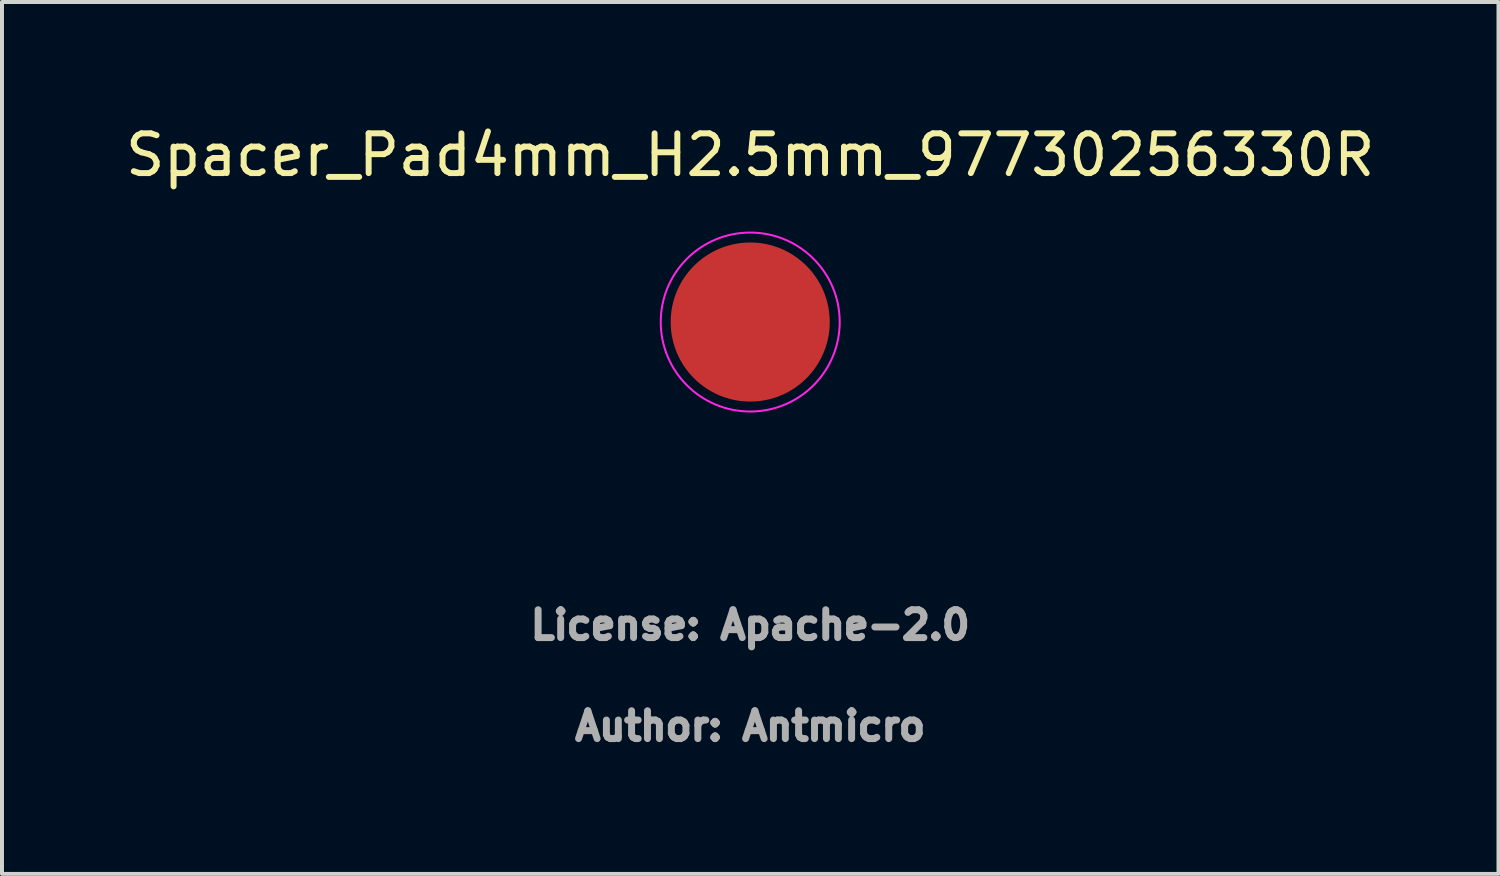
<source format=kicad_pcb>
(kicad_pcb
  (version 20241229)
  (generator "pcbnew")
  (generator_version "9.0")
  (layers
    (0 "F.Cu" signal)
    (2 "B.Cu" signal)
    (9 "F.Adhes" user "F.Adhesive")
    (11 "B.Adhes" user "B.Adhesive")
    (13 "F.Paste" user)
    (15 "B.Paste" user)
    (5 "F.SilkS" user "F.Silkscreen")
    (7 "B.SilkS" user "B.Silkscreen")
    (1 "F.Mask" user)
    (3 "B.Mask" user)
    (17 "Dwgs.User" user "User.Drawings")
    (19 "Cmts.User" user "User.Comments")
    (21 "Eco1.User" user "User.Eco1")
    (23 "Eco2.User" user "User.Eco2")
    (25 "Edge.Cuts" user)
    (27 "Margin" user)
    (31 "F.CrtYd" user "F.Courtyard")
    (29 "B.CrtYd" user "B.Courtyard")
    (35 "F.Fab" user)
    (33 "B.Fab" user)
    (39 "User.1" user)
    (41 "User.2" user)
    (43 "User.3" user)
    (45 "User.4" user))
  (footprint "Spacer_Pad4mm_H2.5mm_97730256330R"
    (layer "F.Cu")
    (at 15.815 5.048)
    (property "Reference" "Spacer_Pad4mm_H2.5mm_97730256330R" (at 0 -4.2 0) (layer "F.SilkS") (effects (font (size 1 1) (thickness 0.15))))
    (attr smd)
    (fp_circle (center 0 0) (end 2.25 0) (stroke (width 0.05) (type default)) (fill no) (layer "F.CrtYd"))
    (fp_line (start -1.649 -0.057) (end -1.649 0.057) (stroke (width 0.01) (type solid)) (layer "User.9"))
    (fp_line (start -1.649 0.057) (end -1.641 0.171) (stroke (width 0.01) (type solid)) (layer "User.9"))
    (fp_line (start -1.641 -0.171) (end -1.649 -0.057) (stroke (width 0.01) (type solid)) (layer "User.9"))
    (fp_line (start -1.641 0.171) (end -1.625 0.283) (stroke (width 0.01) (type solid)) (layer "User.9"))
    (fp_line (start -1.625 -0.283) (end -1.641 -0.171) (stroke (width 0.01) (type solid)) (layer "User.9"))
    (fp_line (start -1.625 0.283) (end -1.602 0.395) (stroke (width 0.01) (type solid)) (layer "User.9"))
    (fp_line (start -1.602 -0.395) (end -1.625 -0.283) (stroke (width 0.01) (type solid)) (layer "User.9"))
    (fp_line (start -1.602 0.395) (end -1.571 0.504) (stroke (width 0.01) (type solid)) (layer "User.9"))
    (fp_line (start -1.571 -0.504) (end -1.602 -0.395) (stroke (width 0.01) (type solid)) (layer "User.9"))
    (fp_line (start -1.571 0.504) (end -1.532 0.612) (stroke (width 0.01) (type solid)) (layer "User.9"))
    (fp_line (start -1.532 -0.612) (end -1.571 -0.504) (stroke (width 0.01) (type solid)) (layer "User.9"))
    (fp_line (start -1.532 0.612) (end -1.487 0.716) (stroke (width 0.01) (type solid)) (layer "User.9"))
    (fp_line (start -1.487 -0.716) (end -1.532 -0.612) (stroke (width 0.01) (type solid)) (layer "User.9"))
    (fp_line (start -1.487 0.716) (end -1.434 0.817) (stroke (width 0.01) (type solid)) (layer "User.9"))
    (fp_line (start -1.434 -0.817) (end -1.487 -0.716) (stroke (width 0.01) (type solid)) (layer "User.9"))
    (fp_line (start -1.434 0.817) (end -1.374 0.914) (stroke (width 0.01) (type solid)) (layer "User.9"))
    (fp_line (start -1.374 -0.914) (end -1.434 -0.817) (stroke (width 0.01) (type solid)) (layer "User.9"))
    (fp_line (start -1.374 0.914) (end -1.308 1.006) (stroke (width 0.01) (type solid)) (layer "User.9"))
    (fp_line (start -1.308 -1.006) (end -1.374 -0.914) (stroke (width 0.01) (type solid)) (layer "User.9"))
    (fp_line (start -1.308 1.006) (end -1.235 1.094) (stroke (width 0.01) (type solid)) (layer "User.9"))
    (fp_line (start -1.235 -1.094) (end -1.308 -1.006) (stroke (width 0.01) (type solid)) (layer "User.9"))
    (fp_line (start -1.235 1.094) (end -1.157 1.177) (stroke (width 0.01) (type solid)) (layer "User.9"))
    (fp_line (start -1.157 -1.177) (end -1.235 -1.094) (stroke (width 0.01) (type solid)) (layer "User.9"))
    (fp_line (start -1.157 1.177) (end -1.073 1.254) (stroke (width 0.01) (type solid)) (layer "User.9"))
    (fp_line (start -1.073 -1.254) (end -1.157 -1.177) (stroke (width 0.01) (type solid)) (layer "User.9"))
    (fp_line (start -1.073 1.254) (end -0.984 1.325) (stroke (width 0.01) (type solid)) (layer "User.9"))
    (fp_line (start -0.984 -1.325) (end -1.073 -1.254) (stroke (width 0.01) (type solid)) (layer "User.9"))
    (fp_line (start -0.984 1.325) (end -0.89 1.389) (stroke (width 0.01) (type solid)) (layer "User.9"))
    (fp_line (start -0.89 -1.389) (end -0.984 -1.325) (stroke (width 0.01) (type solid)) (layer "User.9"))
    (fp_line (start -0.89 1.389) (end -0.792 1.448) (stroke (width 0.01) (type solid)) (layer "User.9"))
    (fp_line (start -0.81 0) (end -0.807 0.079) (stroke (width 0.01) (type solid)) (layer "User.9"))
    (fp_line (start -0.807 -0.079) (end -0.81 0) (stroke (width 0.01) (type solid)) (layer "User.9"))
    (fp_line (start -0.807 0.079) (end -0.795 0.158) (stroke (width 0.01) (type solid)) (layer "User.9"))
    (fp_line (start -0.795 -0.158) (end -0.807 -0.079) (stroke (width 0.01) (type solid)) (layer "User.9"))
    (fp_line (start -0.795 0.158) (end -0.776 0.235) (stroke (width 0.01) (type solid)) (layer "User.9"))
    (fp_line (start -0.792 -1.448) (end -0.89 -1.389) (stroke (width 0.01) (type solid)) (layer "User.9"))
    (fp_line (start -0.792 1.448) (end -0.69 1.499) (stroke (width 0.01) (type solid)) (layer "User.9"))
    (fp_line (start -0.776 -0.235) (end -0.795 -0.158) (stroke (width 0.01) (type solid)) (layer "User.9"))
    (fp_line (start -0.776 0.235) (end -0.749 0.31) (stroke (width 0.01) (type solid)) (layer "User.9"))
    (fp_line (start -0.749 -0.31) (end -0.776 -0.235) (stroke (width 0.01) (type solid)) (layer "User.9"))
    (fp_line (start -0.749 0.31) (end -0.715 0.382) (stroke (width 0.01) (type solid)) (layer "User.9"))
    (fp_line (start -0.715 -0.382) (end -0.749 -0.31) (stroke (width 0.01) (type solid)) (layer "User.9"))
    (fp_line (start -0.715 0.382) (end -0.674 0.45) (stroke (width 0.01) (type solid)) (layer "User.9"))
    (fp_line (start -0.69 -1.499) (end -0.792 -1.448) (stroke (width 0.01) (type solid)) (layer "User.9"))
    (fp_line (start -0.69 1.499) (end -0.585 1.543) (stroke (width 0.01) (type solid)) (layer "User.9"))
    (fp_line (start -0.674 -0.45) (end -0.715 -0.382) (stroke (width 0.01) (type solid)) (layer "User.9"))
    (fp_line (start -0.674 0.45) (end -0.627 0.514) (stroke (width 0.01) (type solid)) (layer "User.9"))
    (fp_line (start -0.627 -0.514) (end -0.674 -0.45) (stroke (width 0.01) (type solid)) (layer "User.9"))
    (fp_line (start -0.627 0.514) (end -0.573 0.573) (stroke (width 0.01) (type solid)) (layer "User.9"))
    (fp_line (start -0.611 0) (end -0.607 -0.068) (stroke (width 0.01) (type solid)) (layer "User.9"))
    (fp_line (start -0.607 -0.068) (end -0.595 -0.136) (stroke (width 0.01) (type solid)) (layer "User.9"))
    (fp_line (start -0.607 0.068) (end -0.611 0) (stroke (width 0.01) (type solid)) (layer "User.9"))
    (fp_line (start -0.595 -0.136) (end -0.576 -0.202) (stroke (width 0.01) (type solid)) (layer "User.9"))
    (fp_line (start -0.595 0.136) (end -0.607 0.068) (stroke (width 0.01) (type solid)) (layer "User.9"))
    (fp_line (start -0.585 -1.543) (end -0.69 -1.499) (stroke (width 0.01) (type solid)) (layer "User.9"))
    (fp_line (start -0.585 1.543) (end -0.477 1.579) (stroke (width 0.01) (type solid)) (layer "User.9"))
    (fp_line (start -0.576 -0.202) (end -0.55 -0.265) (stroke (width 0.01) (type solid)) (layer "User.9"))
    (fp_line (start -0.576 0.202) (end -0.595 0.136) (stroke (width 0.01) (type solid)) (layer "User.9"))
    (fp_line (start -0.573 -0.573) (end -0.627 -0.514) (stroke (width 0.01) (type solid)) (layer "User.9"))
    (fp_line (start -0.573 0.573) (end -0.514 0.627) (stroke (width 0.01) (type solid)) (layer "User.9"))
    (fp_line (start -0.55 -0.265) (end -0.517 -0.325) (stroke (width 0.01) (type solid)) (layer "User.9"))
    (fp_line (start -0.55 0.265) (end -0.576 0.202) (stroke (width 0.01) (type solid)) (layer "User.9"))
    (fp_line (start -0.517 -0.325) (end -0.477 -0.381) (stroke (width 0.01) (type solid)) (layer "User.9"))
    (fp_line (start -0.517 0.325) (end -0.55 0.265) (stroke (width 0.01) (type solid)) (layer "User.9"))
    (fp_line (start -0.514 -0.627) (end -0.573 -0.573) (stroke (width 0.01) (type solid)) (layer "User.9"))
    (fp_line (start -0.514 0.627) (end -0.45 0.674) (stroke (width 0.01) (type solid)) (layer "User.9"))
    (fp_line (start -0.477 -0.381) (end -0.432 -0.432) (stroke (width 0.01) (type solid)) (layer "User.9"))
    (fp_line (start -0.477 0.381) (end -0.517 0.325) (stroke (width 0.01) (type solid)) (layer "User.9"))
    (fp_line (start -0.477 -1.579) (end -0.585 -1.543) (stroke (width 0.01) (type solid)) (layer "User.9"))
    (fp_line (start -0.477 1.579) (end -0.367 1.609) (stroke (width 0.01) (type solid)) (layer "User.9"))
    (fp_line (start -0.45 -0.674) (end -0.514 -0.627) (stroke (width 0.01) (type solid)) (layer "User.9"))
    (fp_line (start -0.45 0.674) (end -0.382 0.715) (stroke (width 0.01) (type solid)) (layer "User.9"))
    (fp_line (start -0.432 -0.432) (end -0.381 -0.477) (stroke (width 0.01) (type solid)) (layer "User.9"))
    (fp_line (start -0.432 0.432) (end -0.477 0.381) (stroke (width 0.01) (type solid)) (layer "User.9"))
    (fp_line (start -0.382 -0.715) (end -0.45 -0.674) (stroke (width 0.01) (type solid)) (layer "User.9"))
    (fp_line (start -0.382 0.715) (end -0.31 0.749) (stroke (width 0.01) (type solid)) (layer "User.9"))
    (fp_line (start -0.381 -0.477) (end -0.325 -0.517) (stroke (width 0.01) (type solid)) (layer "User.9"))
    (fp_line (start -0.381 0.477) (end -0.432 0.432) (stroke (width 0.01) (type solid)) (layer "User.9"))
    (fp_line (start -0.367 -1.609) (end -0.477 -1.579) (stroke (width 0.01) (type solid)) (layer "User.9"))
    (fp_line (start -0.367 1.609) (end -0.255 1.63) (stroke (width 0.01) (type solid)) (layer "User.9"))
    (fp_line (start -0.325 -0.517) (end -0.265 -0.55) (stroke (width 0.01) (type solid)) (layer "User.9"))
    (fp_line (start -0.325 0.517) (end -0.381 0.477) (stroke (width 0.01) (type solid)) (layer "User.9"))
    (fp_line (start -0.31 -0.749) (end -0.382 -0.715) (stroke (width 0.01) (type solid)) (layer "User.9"))
    (fp_line (start -0.31 0.749) (end -0.235 0.776) (stroke (width 0.01) (type solid)) (layer "User.9"))
    (fp_line (start -0.265 -0.55) (end -0.202 -0.576) (stroke (width 0.01) (type solid)) (layer "User.9"))
    (fp_line (start -0.265 0.55) (end -0.325 0.517) (stroke (width 0.01) (type solid)) (layer "User.9"))
    (fp_line (start -0.255 -1.63) (end -0.367 -1.609) (stroke (width 0.01) (type solid)) (layer "User.9"))
    (fp_line (start -0.255 1.63) (end -0.142 1.644) (stroke (width 0.01) (type solid)) (layer "User.9"))
    (fp_line (start -0.235 -0.776) (end -0.31 -0.749) (stroke (width 0.01) (type solid)) (layer "User.9"))
    (fp_line (start -0.235 0.776) (end -0.158 0.795) (stroke (width 0.01) (type solid)) (layer "User.9"))
    (fp_line (start -0.202 -0.576) (end -0.136 -0.595) (stroke (width 0.01) (type solid)) (layer "User.9"))
    (fp_line (start -0.202 0.576) (end -0.265 0.55) (stroke (width 0.01) (type solid)) (layer "User.9"))
    (fp_line (start -0.158 -0.795) (end -0.235 -0.776) (stroke (width 0.01) (type solid)) (layer "User.9"))
    (fp_line (start -0.158 0.795) (end -0.079 0.807) (stroke (width 0.01) (type solid)) (layer "User.9"))
    (fp_line (start -0.142 -1.644) (end -0.255 -1.63) (stroke (width 0.01) (type solid)) (layer "User.9"))
    (fp_line (start -0.142 1.644) (end -0.028 1.65) (stroke (width 0.01) (type solid)) (layer "User.9"))
    (fp_line (start -0.136 -0.595) (end -0.068 -0.607) (stroke (width 0.01) (type solid)) (layer "User.9"))
    (fp_line (start -0.136 0.595) (end -0.202 0.576) (stroke (width 0.01) (type solid)) (layer "User.9"))
    (fp_line (start -0.079 -0.807) (end -0.158 -0.795) (stroke (width 0.01) (type solid)) (layer "User.9"))
    (fp_line (start -0.079 0.807) (end 0 0.81) (stroke (width 0.01) (type solid)) (layer "User.9"))
    (fp_line (start -0.068 -0.607) (end 0 -0.611) (stroke (width 0.01) (type solid)) (layer "User.9"))
    (fp_line (start -0.068 0.607) (end -0.136 0.595) (stroke (width 0.01) (type solid)) (layer "User.9"))
    (fp_line (start -0.028 -1.65) (end -0.142 -1.644) (stroke (width 0.01) (type solid)) (layer "User.9"))
    (fp_line (start -0.028 1.65) (end 0.085 1.648) (stroke (width 0.01) (type solid)) (layer "User.9"))
    (fp_line (start 0 -0.81) (end -0.079 -0.807) (stroke (width 0.01) (type solid)) (layer "User.9"))
    (fp_line (start 0 -0.611) (end 0.068 -0.607) (stroke (width 0.01) (type solid)) (layer "User.9"))
    (fp_line (start 0 0.611) (end -0.068 0.607) (stroke (width 0.01) (type solid)) (layer "User.9"))
    (fp_line (start 0 0.81) (end 0.079 0.807) (stroke (width 0.01) (type solid)) (layer "User.9"))
    (fp_line (start 0.068 -0.607) (end 0.136 -0.595) (stroke (width 0.01) (type solid)) (layer "User.9"))
    (fp_line (start 0.068 0.607) (end 0 0.611) (stroke (width 0.01) (type solid)) (layer "User.9"))
    (fp_line (start 0.079 -0.807) (end 0 -0.81) (stroke (width 0.01) (type solid)) (layer "User.9"))
    (fp_line (start 0.079 0.807) (end 0.158 0.795) (stroke (width 0.01) (type solid)) (layer "User.9"))
    (fp_line (start 0.085 -1.648) (end -0.028 -1.65) (stroke (width 0.01) (type solid)) (layer "User.9"))
    (fp_line (start 0.085 1.648) (end 0.199 1.638) (stroke (width 0.01) (type solid)) (layer "User.9"))
    (fp_line (start 0.136 -0.595) (end 0.202 -0.576) (stroke (width 0.01) (type solid)) (layer "User.9"))
    (fp_line (start 0.136 0.595) (end 0.068 0.607) (stroke (width 0.01) (type solid)) (layer "User.9"))
    (fp_line (start 0.158 -0.795) (end 0.079 -0.807) (stroke (width 0.01) (type solid)) (layer "User.9"))
    (fp_line (start 0.158 0.795) (end 0.235 0.776) (stroke (width 0.01) (type solid)) (layer "User.9"))
    (fp_line (start 0.199 -1.638) (end 0.085 -1.648) (stroke (width 0.01) (type solid)) (layer "User.9"))
    (fp_line (start 0.199 1.638) (end 0.311 1.62) (stroke (width 0.01) (type solid)) (layer "User.9"))
    (fp_line (start 0.202 -0.576) (end 0.265 -0.55) (stroke (width 0.01) (type solid)) (layer "User.9"))
    (fp_line (start 0.202 0.576) (end 0.136 0.595) (stroke (width 0.01) (type solid)) (layer "User.9"))
    (fp_line (start 0.235 -0.776) (end 0.158 -0.795) (stroke (width 0.01) (type solid)) (layer "User.9"))
    (fp_line (start 0.235 0.776) (end 0.31 0.749) (stroke (width 0.01) (type solid)) (layer "User.9"))
    (fp_line (start 0.265 -0.55) (end 0.325 -0.517) (stroke (width 0.01) (type solid)) (layer "User.9"))
    (fp_line (start 0.265 0.55) (end 0.202 0.576) (stroke (width 0.01) (type solid)) (layer "User.9"))
    (fp_line (start 0.31 -0.749) (end 0.235 -0.776) (stroke (width 0.01) (type solid)) (layer "User.9"))
    (fp_line (start 0.31 0.749) (end 0.382 0.715) (stroke (width 0.01) (type solid)) (layer "User.9"))
    (fp_line (start 0.311 -1.62) (end 0.199 -1.638) (stroke (width 0.01) (type solid)) (layer "User.9"))
    (fp_line (start 0.311 1.62) (end 0.422 1.595) (stroke (width 0.01) (type solid)) (layer "User.9"))
    (fp_line (start 0.325 -0.517) (end 0.381 -0.477) (stroke (width 0.01) (type solid)) (layer "User.9"))
    (fp_line (start 0.325 0.517) (end 0.265 0.55) (stroke (width 0.01) (type solid)) (layer "User.9"))
    (fp_line (start 0.381 -0.477) (end 0.432 -0.432) (stroke (width 0.01) (type solid)) (layer "User.9"))
    (fp_line (start 0.381 0.477) (end 0.325 0.517) (stroke (width 0.01) (type solid)) (layer "User.9"))
    (fp_line (start 0.382 -0.715) (end 0.31 -0.749) (stroke (width 0.01) (type solid)) (layer "User.9"))
    (fp_line (start 0.382 0.715) (end 0.45 0.674) (stroke (width 0.01) (type solid)) (layer "User.9"))
    (fp_line (start 0.422 -1.595) (end 0.311 -1.62) (stroke (width 0.01) (type solid)) (layer "User.9"))
    (fp_line (start 0.422 1.595) (end 0.531 1.562) (stroke (width 0.01) (type solid)) (layer "User.9"))
    (fp_line (start 0.432 -0.432) (end 0.477 -0.381) (stroke (width 0.01) (type solid)) (layer "User.9"))
    (fp_line (start 0.432 0.432) (end 0.381 0.477) (stroke (width 0.01) (type solid)) (layer "User.9"))
    (fp_line (start 0.45 -0.674) (end 0.382 -0.715) (stroke (width 0.01) (type solid)) (layer "User.9"))
    (fp_line (start 0.45 0.674) (end 0.514 0.627) (stroke (width 0.01) (type solid)) (layer "User.9"))
    (fp_line (start 0.477 -0.381) (end 0.517 -0.325) (stroke (width 0.01) (type solid)) (layer "User.9"))
    (fp_line (start 0.477 0.381) (end 0.432 0.432) (stroke (width 0.01) (type solid)) (layer "User.9"))
    (fp_line (start 0.514 -0.627) (end 0.45 -0.674) (stroke (width 0.01) (type solid)) (layer "User.9"))
    (fp_line (start 0.514 0.627) (end 0.573 0.573) (stroke (width 0.01) (type solid)) (layer "User.9"))
    (fp_line (start 0.517 -0.325) (end 0.55 -0.265) (stroke (width 0.01) (type solid)) (layer "User.9"))
    (fp_line (start 0.517 0.325) (end 0.477 0.381) (stroke (width 0.01) (type solid)) (layer "User.9"))
    (fp_line (start 0.531 -1.562) (end 0.422 -1.595) (stroke (width 0.01) (type solid)) (layer "User.9"))
    (fp_line (start 0.531 1.562) (end 0.638 1.522) (stroke (width 0.01) (type solid)) (layer "User.9"))
    (fp_line (start 0.55 -0.265) (end 0.576 -0.202) (stroke (width 0.01) (type solid)) (layer "User.9"))
    (fp_line (start 0.55 0.265) (end 0.517 0.325) (stroke (width 0.01) (type solid)) (layer "User.9"))
    (fp_line (start 0.573 -0.573) (end 0.514 -0.627) (stroke (width 0.01) (type solid)) (layer "User.9"))
    (fp_line (start 0.573 0.573) (end 0.627 0.514) (stroke (width 0.01) (type solid)) (layer "User.9"))
    (fp_line (start 0.576 -0.202) (end 0.595 -0.136) (stroke (width 0.01) (type solid)) (layer "User.9"))
    (fp_line (start 0.576 0.202) (end 0.55 0.265) (stroke (width 0.01) (type solid)) (layer "User.9"))
    (fp_line (start 0.595 -0.136) (end 0.607 -0.068) (stroke (width 0.01) (type solid)) (layer "User.9"))
    (fp_line (start 0.595 0.136) (end 0.576 0.202) (stroke (width 0.01) (type solid)) (layer "User.9"))
    (fp_line (start 0.607 -0.068) (end 0.611 0) (stroke (width 0.01) (type solid)) (layer "User.9"))
    (fp_line (start 0.607 0.068) (end 0.595 0.136) (stroke (width 0.01) (type solid)) (layer "User.9"))
    (fp_line (start 0.611 0) (end 0.607 0.068) (stroke (width 0.01) (type solid)) (layer "User.9"))
    (fp_line (start 0.627 -0.514) (end 0.573 -0.573) (stroke (width 0.01) (type solid)) (layer "User.9"))
    (fp_line (start 0.627 0.514) (end 0.674 0.45) (stroke (width 0.01) (type solid)) (layer "User.9"))
    (fp_line (start 0.638 -1.522) (end 0.531 -1.562) (stroke (width 0.01) (type solid)) (layer "User.9"))
    (fp_line (start 0.638 1.522) (end 0.741 1.474) (stroke (width 0.01) (type solid)) (layer "User.9"))
    (fp_line (start 0.674 -0.45) (end 0.627 -0.514) (stroke (width 0.01) (type solid)) (layer "User.9"))
    (fp_line (start 0.674 0.45) (end 0.715 0.382) (stroke (width 0.01) (type solid)) (layer "User.9"))
    (fp_line (start 0.715 -0.382) (end 0.674 -0.45) (stroke (width 0.01) (type solid)) (layer "User.9"))
    (fp_line (start 0.715 0.382) (end 0.749 0.31) (stroke (width 0.01) (type solid)) (layer "User.9"))
    (fp_line (start 0.741 -1.474) (end 0.638 -1.522) (stroke (width 0.01) (type solid)) (layer "User.9"))
    (fp_line (start 0.741 1.474) (end 0.841 1.419) (stroke (width 0.01) (type solid)) (layer "User.9"))
    (fp_line (start 0.749 -0.31) (end 0.715 -0.382) (stroke (width 0.01) (type solid)) (layer "User.9"))
    (fp_line (start 0.749 0.31) (end 0.776 0.235) (stroke (width 0.01) (type solid)) (layer "User.9"))
    (fp_line (start 0.776 -0.235) (end 0.749 -0.31) (stroke (width 0.01) (type solid)) (layer "User.9"))
    (fp_line (start 0.776 0.235) (end 0.795 0.158) (stroke (width 0.01) (type solid)) (layer "User.9"))
    (fp_line (start 0.795 -0.158) (end 0.776 -0.235) (stroke (width 0.01) (type solid)) (layer "User.9"))
    (fp_line (start 0.795 0.158) (end 0.807 0.079) (stroke (width 0.01) (type solid)) (layer "User.9"))
    (fp_line (start 0.807 -0.079) (end 0.795 -0.158) (stroke (width 0.01) (type solid)) (layer "User.9"))
    (fp_line (start 0.807 0.079) (end 0.81 0) (stroke (width 0.01) (type solid)) (layer "User.9"))
    (fp_line (start 0.81 0) (end 0.807 -0.079) (stroke (width 0.01) (type solid)) (layer "User.9"))
    (fp_line (start 0.841 -1.419) (end 0.741 -1.474) (stroke (width 0.01) (type solid)) (layer "User.9"))
    (fp_line (start 0.841 1.419) (end 0.937 1.358) (stroke (width 0.01) (type solid)) (layer "User.9"))
    (fp_line (start 0.937 -1.358) (end 0.841 -1.419) (stroke (width 0.01) (type solid)) (layer "User.9"))
    (fp_line (start 0.937 1.358) (end 1.029 1.29) (stroke (width 0.01) (type solid)) (layer "User.9"))
    (fp_line (start 1.029 -1.29) (end 0.937 -1.358) (stroke (width 0.01) (type solid)) (layer "User.9"))
    (fp_line (start 1.029 1.29) (end 1.115 1.216) (stroke (width 0.01) (type solid)) (layer "User.9"))
    (fp_line (start 1.115 -1.216) (end 1.029 -1.29) (stroke (width 0.01) (type solid)) (layer "User.9"))
    (fp_line (start 1.115 1.216) (end 1.197 1.136) (stroke (width 0.01) (type solid)) (layer "User.9"))
    (fp_line (start 1.197 -1.136) (end 1.115 -1.216) (stroke (width 0.01) (type solid)) (layer "User.9"))
    (fp_line (start 1.197 1.136) (end 1.272 1.051) (stroke (width 0.01) (type solid)) (layer "User.9"))
    (fp_line (start 1.272 -1.051) (end 1.197 -1.136) (stroke (width 0.01) (type solid)) (layer "User.9"))
    (fp_line (start 1.272 1.051) (end 1.342 0.961) (stroke (width 0.01) (type solid)) (layer "User.9"))
    (fp_line (start 1.342 -0.961) (end 1.272 -1.051) (stroke (width 0.01) (type solid)) (layer "User.9"))
    (fp_line (start 1.342 0.961) (end 1.405 0.866) (stroke (width 0.01) (type solid)) (layer "User.9"))
    (fp_line (start 1.405 -0.866) (end 1.342 -0.961) (stroke (width 0.01) (type solid)) (layer "User.9"))
    (fp_line (start 1.405 0.866) (end 1.461 0.767) (stroke (width 0.01) (type solid)) (layer "User.9"))
    (fp_line (start 1.461 -0.767) (end 1.405 -0.866) (stroke (width 0.01) (type solid)) (layer "User.9"))
    (fp_line (start 1.461 0.767) (end 1.51 0.664) (stroke (width 0.01) (type solid)) (layer "User.9"))
    (fp_line (start 1.51 -0.664) (end 1.461 -0.767) (stroke (width 0.01) (type solid)) (layer "User.9"))
    (fp_line (start 1.51 0.664) (end 1.553 0.558) (stroke (width 0.01) (type solid)) (layer "User.9"))
    (fp_line (start 1.553 -0.558) (end 1.51 -0.664) (stroke (width 0.01) (type solid)) (layer "User.9"))
    (fp_line (start 1.553 0.558) (end 1.587 0.45) (stroke (width 0.01) (type solid)) (layer "User.9"))
    (fp_line (start 1.587 -0.45) (end 1.553 -0.558) (stroke (width 0.01) (type solid)) (layer "User.9"))
    (fp_line (start 1.587 0.45) (end 1.615 0.339) (stroke (width 0.01) (type solid)) (layer "User.9"))
    (fp_line (start 1.615 -0.339) (end 1.587 -0.45) (stroke (width 0.01) (type solid)) (layer "User.9"))
    (fp_line (start 1.615 0.339) (end 1.634 0.227) (stroke (width 0.01) (type solid)) (layer "User.9"))
    (fp_line (start 1.634 -0.227) (end 1.615 -0.339) (stroke (width 0.01) (type solid)) (layer "User.9"))
    (fp_line (start 1.634 0.227) (end 1.646 0.114) (stroke (width 0.01) (type solid)) (layer "User.9"))
    (fp_line (start 1.646 -0.114) (end 1.634 -0.227) (stroke (width 0.01) (type solid)) (layer "User.9"))
    (fp_line (start 1.646 0.114) (end 1.65 0) (stroke (width 0.01) (type solid)) (layer "User.9"))
    (fp_line (start 1.65 0) (end 1.646 -0.114) (stroke (width 0.01) (type solid)) (layer "User.9"))
    (fp_text user "License: Apache-2.0" (at 0 7.62 0) (layer "F.Fab") (effects (font (size 0.7 0.7) (thickness 0.7))))
    (fp_text user "Author: Antmicro" (at 0 10.16 0) (layer "F.Fab") (effects (font (size 0.7 0.7) (thickness 0.7))))
    (pad "1" smd circle (at 0 0) (size 4 4) (layers "F.Cu" "F.Mask" "F.Paste")))
  (gr_rect
    (start -3 -3)
    (end 34.631 18.925)
    (stroke (width 0.1) (type default))
    (fill no)
    (layer "Edge.Cuts")))
</source>
